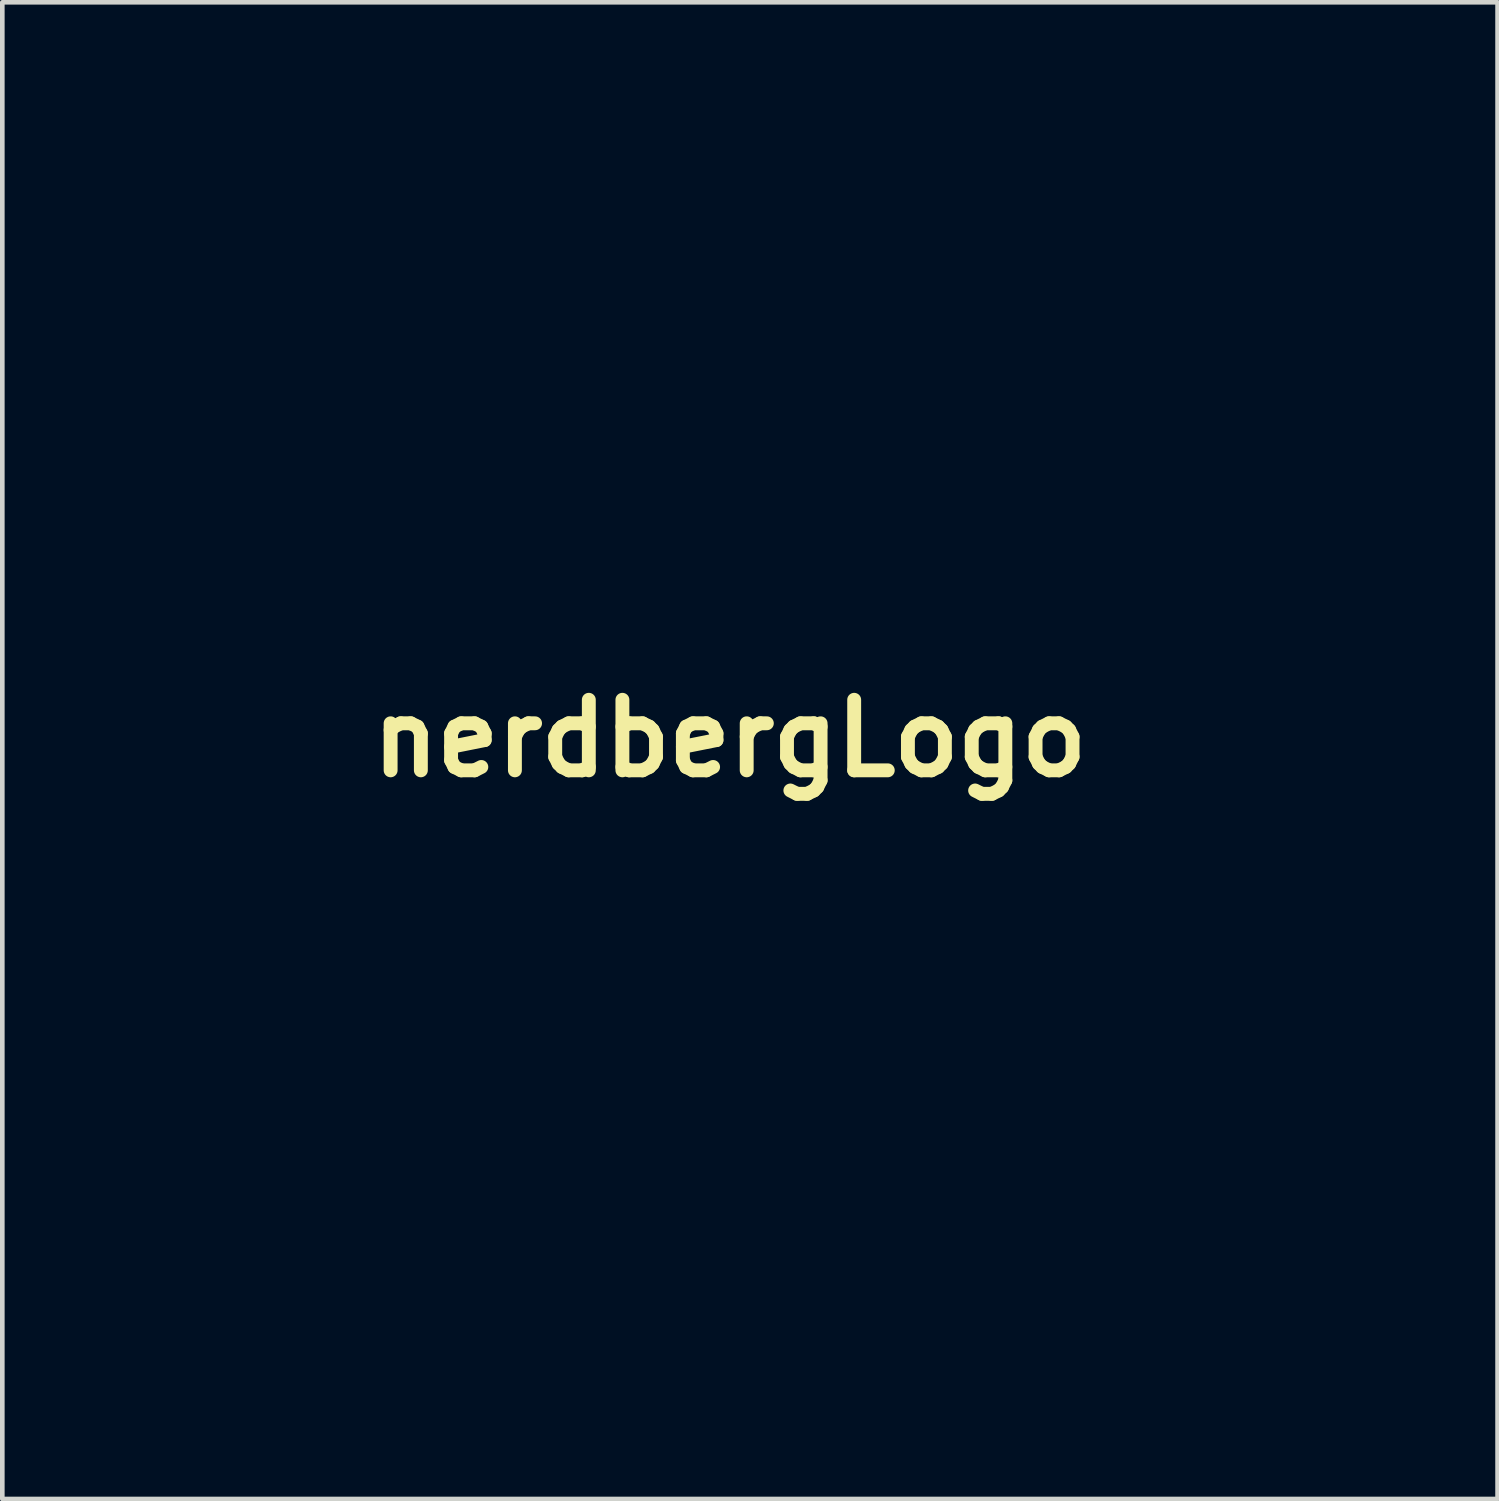
<source format=kicad_pcb>
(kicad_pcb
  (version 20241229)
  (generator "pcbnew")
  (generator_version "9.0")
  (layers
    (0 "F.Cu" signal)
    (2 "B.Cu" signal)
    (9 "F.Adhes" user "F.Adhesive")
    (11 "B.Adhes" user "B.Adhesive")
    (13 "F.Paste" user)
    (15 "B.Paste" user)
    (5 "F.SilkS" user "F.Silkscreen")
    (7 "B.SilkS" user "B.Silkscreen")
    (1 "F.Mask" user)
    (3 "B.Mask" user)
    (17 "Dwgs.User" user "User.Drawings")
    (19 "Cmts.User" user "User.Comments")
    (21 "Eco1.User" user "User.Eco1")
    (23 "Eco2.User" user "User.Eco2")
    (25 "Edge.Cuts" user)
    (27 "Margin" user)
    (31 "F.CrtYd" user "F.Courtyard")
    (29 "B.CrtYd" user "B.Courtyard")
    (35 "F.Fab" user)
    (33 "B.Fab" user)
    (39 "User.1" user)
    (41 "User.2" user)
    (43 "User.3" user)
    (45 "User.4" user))
  (footprint "nerdbergLogo"
    (layer "F.Cu")
    (at 12.719 12.903)
    (property "Reference" "nerdbergLogo" (at 0 0 0) (layer "F.SilkS") (effects (font (size 1.524 1.524) (thickness 0.3))))
    (attr through_hole)
    (fp_poly (pts (xy 1.557 -12.854) (xy 2.363 -12.76) (xy 2.438 -12.749) (xy 3.232 -12.602) (xy 4.013 -12.406) (xy 4.78 -12.162) (xy 5.53 -11.873) (xy 6.26 -11.539) (xy 6.969 -11.161) (xy 7.654 -10.741) (xy 8.312 -10.28) (xy 8.941 -9.779) (xy 9.538 -9.239) (xy 9.837 -8.943) (xy 10.397 -8.332) (xy 10.913 -7.696) (xy 11.386 -7.034) (xy 11.815 -6.348) (xy 12.199 -5.638) (xy 12.538 -4.905) (xy 12.832 -4.15) (xy 13.08 -3.374) (xy 13.281 -2.578) (xy 13.437 -1.763) (xy 13.53 -1.067) (xy 13.548 -0.868) (xy 13.561 -0.628) (xy 13.571 -0.358) (xy 13.577 -0.066) (xy 13.579 0.236) (xy 13.578 0.539) (xy 13.572 0.833) (xy 13.563 1.109) (xy 13.551 1.356) (xy 13.534 1.564) (xy 13.53 1.6) (xy 13.415 2.427) (xy 13.255 3.233) (xy 13.048 4.018) (xy 12.795 4.783) (xy 12.496 5.529) (xy 12.217 6.125) (xy 12.146 6.266) (xy 12.078 6.4) (xy 12.017 6.518) (xy 11.97 6.607) (xy 11.947 6.65) (xy 11.641 7.167) (xy 11.335 7.644) (xy 11.021 8.09) (xy 10.693 8.515) (xy 10.342 8.928) (xy 9.962 9.339) (xy 9.729 9.577) (xy 9.196 10.085) (xy 8.656 10.548) (xy 8.102 10.971) (xy 7.525 11.361) (xy 6.917 11.724) (xy 6.27 12.064) (xy 6.161 12.117) (xy 5.492 12.421) (xy 4.822 12.682) (xy 4.143 12.903) (xy 3.449 13.085) (xy 2.732 13.231) (xy 1.984 13.343) (xy 1.727 13.373) (xy 1.573 13.387) (xy 1.379 13.399) (xy 1.154 13.408) (xy 0.908 13.416) (xy 0.652 13.422) (xy 0.395 13.425) (xy 0.148 13.426) (xy -0.08 13.424) (xy -0.278 13.419) (xy -0.436 13.411) (xy -0.444 13.411) (xy -1.269 13.325) (xy -2.08 13.191) (xy -2.877 13.009) (xy -3.658 12.78) (xy -4.421 12.505) (xy -5.165 12.184) (xy -5.887 11.817) (xy -6.587 11.406) (xy -7.262 10.952) (xy -7.911 10.454) (xy -8.128 10.273) (xy -8.283 10.136) (xy -8.462 9.97) (xy -8.656 9.783) (xy -8.857 9.584) (xy -9.058 9.381) (xy -9.248 9.182) (xy -9.421 8.996) (xy -9.568 8.831) (xy -9.625 8.764) (xy -10.138 8.112) (xy -10.604 7.443) (xy -11.024 6.755) (xy -11.397 6.049) (xy -11.725 5.322) (xy -12.008 4.573) (xy -12.246 3.801) (xy -12.439 3.004) (xy -12.59 2.183) (xy -12.667 1.613) (xy -12.682 1.443) (xy -12.695 1.231) (xy -12.704 0.987) (xy -12.711 0.719) (xy -12.714 0.437) (xy -12.714 0.292) (xy -12.254 0.292) (xy -12.249 0.705) (xy -12.237 1.08) (xy -12.214 1.43) (xy -12.181 1.767) (xy -12.136 2.105) (xy -12.077 2.456) (xy -12.013 2.792) (xy -11.83 3.564) (xy -11.599 4.325) (xy -11.322 5.07) (xy -10.998 5.796) (xy -10.631 6.501) (xy -10.221 7.181) (xy -9.775 7.825) (xy -9.381 8.326) (xy -8.947 8.823) (xy -8.481 9.305) (xy -7.995 9.764) (xy -7.497 10.188) (xy -7.184 10.432) (xy -6.578 10.858) (xy -5.936 11.253) (xy -5.267 11.614) (xy -4.578 11.936) (xy -3.877 12.216) (xy -3.543 12.332) (xy -2.809 12.55) (xy -2.059 12.723) (xy -1.299 12.852) (xy -0.535 12.934) (xy 0.228 12.97) (xy 0.983 12.958) (xy 1.067 12.953) (xy 1.885 12.883) (xy 2.686 12.765) (xy 3.471 12.599) (xy 4.239 12.385) (xy 4.99 12.124) (xy 5.723 11.815) (xy 6.439 11.458) (xy 7.137 11.054) (xy 7.264 10.974) (xy 7.922 10.525) (xy 8.548 10.036) (xy 9.141 9.51) (xy 9.701 8.948) (xy 10.224 8.352) (xy 10.71 7.723) (xy 11.157 7.064) (xy 11.563 6.376) (xy 11.927 5.662) (xy 11.946 5.621) (xy 12.258 4.893) (xy 12.522 4.15) (xy 12.738 3.396) (xy 12.907 2.632) (xy 13.028 1.861) (xy 13.101 1.084) (xy 13.127 0.306) (xy 13.106 -0.472) (xy 13.037 -1.248) (xy 12.921 -2.019) (xy 12.757 -2.783) (xy 12.547 -3.536) (xy 12.289 -4.278) (xy 11.985 -5.005) (xy 11.633 -5.715) (xy 11.615 -5.748) (xy 11.308 -6.29) (xy 10.989 -6.798) (xy 10.65 -7.28) (xy 10.284 -7.745) (xy 9.885 -8.205) (xy 9.445 -8.667) (xy 9.374 -8.738) (xy 8.989 -9.11) (xy 8.614 -9.446) (xy 8.238 -9.755) (xy 7.849 -10.046) (xy 7.437 -10.329) (xy 7.264 -10.44) (xy 6.574 -10.851) (xy 5.864 -11.215) (xy 5.136 -11.532) (xy 4.393 -11.802) (xy 3.636 -12.025) (xy 2.867 -12.201) (xy 2.09 -12.328) (xy 1.305 -12.406) (xy 0.515 -12.435) (xy -0.278 -12.416) (xy -1.073 -12.346) (xy -1.866 -12.226) (xy -2.114 -12.178) (xy -2.867 -12) (xy -3.614 -11.772) (xy -4.35 -11.498) (xy -5.069 -11.178) (xy -5.769 -10.816) (xy -6.443 -10.412) (xy -6.624 -10.294) (xy -7.21 -9.877) (xy -7.783 -9.415) (xy -8.335 -8.917) (xy -8.859 -8.387) (xy -9.349 -7.833) (xy -9.768 -7.303) (xy -10.213 -6.662) (xy -10.619 -5.991) (xy -10.984 -5.294) (xy -11.306 -4.574) (xy -11.584 -3.835) (xy -11.816 -3.082) (xy -12.001 -2.316) (xy -12.137 -1.543) (xy -12.138 -1.537) (xy -12.172 -1.291) (xy -12.199 -1.069) (xy -12.219 -0.859) (xy -12.234 -0.65) (xy -12.245 -0.431) (xy -12.251 -0.191) (xy -12.253 0.081) (xy -12.254 0.292) (xy -12.714 0.292) (xy -12.714 0.149) (xy -12.712 -0.135) (xy -12.706 -0.406) (xy -12.697 -0.655) (xy -12.685 -0.873) (xy -12.67 -1.052) (xy -12.667 -1.079) (xy -12.546 -1.919) (xy -12.381 -2.732) (xy -12.173 -3.52) (xy -11.921 -4.284) (xy -11.624 -5.026) (xy -11.282 -5.746) (xy -10.894 -6.446) (xy -10.459 -7.127) (xy -9.978 -7.79) (xy -9.625 -8.231) (xy -9.493 -8.383) (xy -9.331 -8.561) (xy -9.147 -8.755) (xy -8.95 -8.957) (xy -8.748 -9.159) (xy -8.55 -9.353) (xy -8.363 -9.53) (xy -8.196 -9.681) (xy -8.128 -9.74) (xy -7.492 -10.249) (xy -6.829 -10.716) (xy -6.143 -11.139) (xy -5.435 -11.519) (xy -4.708 -11.854) (xy -3.963 -12.143) (xy -3.203 -12.387) (xy -2.43 -12.585) (xy -1.646 -12.735) (xy -0.853 -12.838) (xy -0.054 -12.892) (xy 0.75 -12.898) (xy 1.557 -12.854)) (stroke (width 0.01) (type solid)) (fill yes) (layer "F.Mask"))
    (fp_poly (pts (xy 5.543 -11.191) (xy 5.604 -11.176) (xy 5.64 -11.152) (xy 5.66 -11.107) (xy 5.672 -11.029) (xy 5.677 -10.985) (xy 5.689 -10.872) (xy 5.707 -10.744) (xy 5.718 -10.668) (xy 5.728 -10.597) (xy 5.732 -10.528) (xy 5.728 -10.451) (xy 5.717 -10.353) (xy 5.698 -10.224) (xy 5.678 -10.109) (xy 5.639 -9.886) (xy 5.605 -9.708) (xy 5.576 -9.569) (xy 5.55 -9.465) (xy 5.525 -9.389) (xy 5.501 -9.337) (xy 5.486 -9.314) (xy 5.466 -9.273) (xy 5.441 -9.196) (xy 5.412 -9.079) (xy 5.377 -8.92) (xy 5.336 -8.715) (xy 5.311 -8.581) (xy 5.276 -8.396) (xy 5.245 -8.223) (xy 5.218 -8.068) (xy 5.196 -7.94) (xy 5.182 -7.847) (xy 5.176 -7.798) (xy 5.169 -7.687) (xy 5.448 -7.579) (xy 5.448 -7.466) (xy 5.444 -7.397) (xy 5.433 -7.291) (xy 5.417 -7.165) (xy 5.399 -7.035) (xy 5.382 -6.908) (xy 5.37 -6.793) (xy 5.365 -6.703) (xy 5.368 -6.651) (xy 5.368 -6.65) (xy 5.402 -6.59) (xy 5.469 -6.526) (xy 5.493 -6.509) (xy 5.558 -6.459) (xy 5.59 -6.417) (xy 5.598 -6.365) (xy 5.598 -6.347) (xy 5.581 -6.268) (xy 5.536 -6.162) (xy 5.489 -6.075) (xy 5.382 -5.892) (xy 5.156 -4.552) (xy 5.09 -4.162) (xy 5.024 -3.778) (xy 4.959 -3.404) (xy 4.896 -3.044) (xy 4.835 -2.7) (xy 4.777 -2.375) (xy 4.722 -2.074) (xy 4.671 -1.8) (xy 4.625 -1.555) (xy 4.584 -1.343) (xy 4.549 -1.168) (xy 4.521 -1.032) (xy 4.499 -0.94) (xy 4.485 -0.893) (xy 4.484 -0.89) (xy 4.452 -0.872) (xy 4.392 -0.855) (xy 4.382 -0.853) (xy 4.323 -0.84) (xy 4.294 -0.829) (xy 4.293 -0.828) (xy 4.289 -0.801) (xy 4.277 -0.729) (xy 4.258 -0.614) (xy 4.233 -0.461) (xy 4.202 -0.272) (xy 4.166 -0.053) (xy 4.125 0.193) (xy 4.081 0.462) (xy 4.033 0.751) (xy 3.983 1.055) (xy 3.931 1.371) (xy 3.877 1.695) (xy 3.823 2.022) (xy 3.769 2.35) (xy 3.715 2.674) (xy 3.663 2.991) (xy 3.612 3.296) (xy 3.564 3.586) (xy 3.519 3.857) (xy 3.478 4.105) (xy 3.468 4.166) (xy 3.405 4.54) (xy 3.35 4.868) (xy 3.301 5.157) (xy 3.257 5.41) (xy 3.218 5.634) (xy 3.182 5.832) (xy 3.149 6.01) (xy 3.117 6.173) (xy 3.086 6.325) (xy 3.055 6.473) (xy 3.022 6.62) (xy 2.988 6.773) (xy 2.959 6.896) (xy 2.842 7.402) (xy 2.734 7.889) (xy 2.636 8.352) (xy 2.548 8.786) (xy 2.471 9.187) (xy 2.407 9.548) (xy 2.356 9.866) (xy 2.353 9.886) (xy 2.33 10.031) (xy 2.306 10.164) (xy 2.283 10.274) (xy 2.263 10.35) (xy 2.253 10.376) (xy 2.223 10.435) (xy 2.181 10.524) (xy 2.135 10.625) (xy 2.124 10.649) (xy 2.037 10.825) (xy 1.946 10.971) (xy 1.838 11.105) (xy 1.749 11.199) (xy 1.557 11.366) (xy 1.339 11.509) (xy 1.112 11.617) (xy 1.044 11.642) (xy 0.955 11.67) (xy 0.872 11.689) (xy 0.783 11.703) (xy 0.677 11.713) (xy 0.539 11.719) (xy 0.437 11.723) (xy 0.245 11.726) (xy 0.095 11.724) (xy -0.022 11.715) (xy -0.114 11.699) (xy -0.114 11.699) (xy -0.358 11.629) (xy -0.583 11.538) (xy -0.783 11.431) (xy -0.951 11.31) (xy -1.081 11.181) (xy -1.167 11.046) (xy -1.168 11.042) (xy -1.243 10.846) (xy -1.307 10.617) (xy -1.361 10.352) (xy -1.405 10.049) (xy -1.44 9.704) (xy -1.466 9.314) (xy -1.477 9.097) (xy -1.484 8.902) (xy -1.488 8.706) (xy -1.491 8.506) (xy -1.491 8.297) (xy -1.488 8.074) (xy -1.482 7.834) (xy -1.473 7.572) (xy -1.462 7.283) (xy -1.447 6.962) (xy -1.428 6.606) (xy -1.406 6.209) (xy -1.381 5.768) (xy -1.372 5.613) (xy -1.341 5.086) (xy -1.316 4.607) (xy -1.295 4.173) (xy -1.279 3.782) (xy -1.268 3.432) (xy -1.263 3.119) (xy -1.263 2.841) (xy -1.268 2.596) (xy -1.279 2.381) (xy -1.295 2.194) (xy -1.317 2.031) (xy -1.345 1.891) (xy -1.379 1.77) (xy -1.419 1.667) (xy -1.466 1.578) (xy -1.518 1.502) (xy -1.546 1.468) (xy -1.705 1.324) (xy -1.893 1.217) (xy -2.102 1.149) (xy -2.323 1.122) (xy -2.547 1.139) (xy -2.63 1.157) (xy -2.817 1.214) (xy -2.973 1.284) (xy -3.102 1.373) (xy -3.21 1.486) (xy -3.303 1.629) (xy -3.386 1.81) (xy -3.465 2.033) (xy -3.488 2.108) (xy -3.512 2.19) (xy -3.535 2.271) (xy -3.556 2.354) (xy -3.577 2.442) (xy -3.597 2.538) (xy -3.617 2.645) (xy -3.637 2.766) (xy -3.658 2.903) (xy -3.679 3.059) (xy -3.703 3.238) (xy -3.728 3.442) (xy -3.755 3.674) (xy -3.784 3.937) (xy -3.817 4.233) (xy -3.853 4.567) (xy -3.892 4.94) (xy -3.936 5.355) (xy -3.983 5.816) (xy -4.026 6.223) (xy -4.088 6.829) (xy -4.146 7.386) (xy -4.199 7.896) (xy -4.248 8.36) (xy -4.292 8.78) (xy -4.332 9.159) (xy -4.367 9.496) (xy -4.4 9.795) (xy -4.428 10.057) (xy -4.453 10.284) (xy -4.474 10.476) (xy -4.493 10.637) (xy -4.509 10.767) (xy -4.518 10.846) (xy -4.566 11.214) (xy -4.569 10.97) (xy -4.568 10.803) (xy -4.563 10.593) (xy -4.554 10.343) (xy -4.541 10.056) (xy -4.524 9.738) (xy -4.503 9.391) (xy -4.48 9.02) (xy -4.454 8.628) (xy -4.426 8.22) (xy -4.395 7.798) (xy -4.363 7.368) (xy -4.329 6.932) (xy -4.294 6.495) (xy -4.258 6.061) (xy -4.222 5.633) (xy -4.185 5.215) (xy -4.149 4.811) (xy -4.113 4.425) (xy -4.078 4.061) (xy -4.043 3.722) (xy -4.01 3.413) (xy -3.979 3.138) (xy -3.949 2.899) (xy -3.922 2.702) (xy -3.897 2.549) (xy -3.886 2.489) (xy -3.796 2.124) (xy -3.688 1.802) (xy -3.564 1.524) (xy -3.424 1.291) (xy -3.268 1.104) (xy -3.098 0.964) (xy -3.07 0.947) (xy -2.896 0.862) (xy -2.709 0.811) (xy -2.499 0.792) (xy -2.349 0.795) (xy -2.05 0.831) (xy -1.786 0.902) (xy -1.557 1.009) (xy -1.366 1.15) (xy -1.21 1.326) (xy -1.092 1.537) (xy -1.012 1.782) (xy -1.002 1.825) (xy -0.973 2.009) (xy -0.951 2.234) (xy -0.938 2.503) (xy -0.933 2.816) (xy -0.937 3.175) (xy -0.949 3.58) (xy -0.969 4.032) (xy -0.998 4.534) (xy -1.014 4.788) (xy -1.054 5.407) (xy -1.087 5.982) (xy -1.114 6.52) (xy -1.135 7.026) (xy -1.151 7.509) (xy -1.162 7.974) (xy -1.167 8.427) (xy -1.168 8.718) (xy -1.168 8.978) (xy -1.166 9.195) (xy -1.163 9.376) (xy -1.159 9.53) (xy -1.152 9.663) (xy -1.143 9.783) (xy -1.132 9.899) (xy -1.118 10.013) (xy -1.084 10.251) (xy -1.047 10.447) (xy -1.003 10.61) (xy -0.95 10.747) (xy -0.883 10.868) (xy -0.799 10.981) (xy -0.695 11.095) (xy -0.676 11.115) (xy -0.571 11.212) (xy -0.469 11.285) (xy -0.359 11.34) (xy -0.231 11.379) (xy -0.075 11.407) (xy 0.121 11.428) (xy 0.144 11.429) (xy 0.437 11.441) (xy 0.691 11.424) (xy 0.91 11.379) (xy 0.955 11.365) (xy 1.171 11.276) (xy 1.384 11.162) (xy 1.58 11.029) (xy 1.746 10.888) (xy 1.816 10.814) (xy 1.9 10.709) (xy 1.975 10.604) (xy 2.035 10.508) (xy 2.073 10.433) (xy 2.083 10.393) (xy 2.075 10.357) (xy 2.044 10.331) (xy 1.982 10.313) (xy 1.88 10.299) (xy 1.85 10.295) (xy 1.766 10.288) (xy 1.721 10.292) (xy 1.704 10.307) (xy 1.702 10.323) (xy 1.691 10.364) (xy 1.663 10.438) (xy 1.622 10.529) (xy 1.607 10.561) (xy 1.476 10.777) (xy 1.313 10.953) (xy 1.12 11.09) (xy 0.898 11.185) (xy 0.647 11.239) (xy 0.433 11.252) (xy 0.174 11.232) (xy -0.067 11.175) (xy -0.285 11.083) (xy -0.473 10.96) (xy -0.627 10.809) (xy -0.72 10.671) (xy -0.766 10.579) (xy -0.805 10.479) (xy -0.839 10.368) (xy -0.867 10.242) (xy -0.891 10.096) (xy -0.91 9.926) (xy -0.924 9.729) (xy -0.936 9.5) (xy -0.943 9.235) (xy -0.948 8.931) (xy -0.95 8.584) (xy -0.95 8.268) (xy -0.95 8.051) (xy -0.949 7.858) (xy -0.949 7.683) (xy -0.947 7.523) (xy -0.945 7.372) (xy -0.942 7.225) (xy -0.938 7.079) (xy -0.933 6.928) (xy -0.926 6.768) (xy -0.918 6.594) (xy -0.907 6.401) (xy -0.895 6.186) (xy -0.88 5.942) (xy -0.863 5.667) (xy -0.843 5.354) (xy -0.82 4.999) (xy -0.795 4.623) (xy -0.782 4.374) (xy -0.77 4.086) (xy -0.761 3.771) (xy -0.755 3.441) (xy -0.752 3.109) (xy -0.751 3.035) (xy -0.751 2.789) (xy -0.751 2.587) (xy -0.752 2.423) (xy -0.755 2.292) (xy -0.758 2.186) (xy -0.764 2.1) (xy -0.772 2.027) (xy -0.782 1.961) (xy -0.794 1.896) (xy -0.806 1.842) (xy -0.878 1.583) (xy -0.976 1.365) (xy -1.103 1.179) (xy -1.266 1.019) (xy -1.47 0.878) (xy -1.635 0.789) (xy -1.806 0.709) (xy -1.951 0.656) (xy -2.088 0.625) (xy -2.232 0.613) (xy -2.4 0.617) (xy -2.426 0.618) (xy -2.715 0.653) (xy -2.969 0.722) (xy -3.19 0.828) (xy -3.385 0.973) (xy -3.556 1.16) (xy -3.708 1.391) (xy -3.725 1.423) (xy -3.761 1.487) (xy -3.793 1.548) (xy -3.822 1.606) (xy -3.849 1.665) (xy -3.874 1.728) (xy -3.897 1.797) (xy -3.92 1.875) (xy -3.941 1.966) (xy -3.963 2.071) (xy -3.985 2.194) (xy -4.008 2.337) (xy -4.032 2.502) (xy -4.057 2.694) (xy -4.085 2.914) (xy -4.115 3.166) (xy -4.148 3.451) (xy -4.184 3.774) (xy -4.224 4.136) (xy -4.269 4.54) (xy -4.318 4.989) (xy -4.369 5.461) (xy -4.411 5.837) (xy -4.453 6.218) (xy -4.495 6.598) (xy -4.538 6.974) (xy -4.58 7.341) (xy -4.62 7.694) (xy -4.66 8.03) (xy -4.696 8.344) (xy -4.731 8.631) (xy -4.762 8.887) (xy -4.789 9.107) (xy -4.812 9.287) (xy -4.83 9.423) (xy -4.836 9.461) (xy -4.869 9.69) (xy -4.859 9.36) (xy -4.853 9.235) (xy -4.843 9.063) (xy -4.828 8.85) (xy -4.81 8.599) (xy -4.788 8.314) (xy -4.762 8) (xy -4.735 7.662) (xy -4.704 7.302) (xy -4.672 6.926) (xy -4.638 6.538) (xy -4.603 6.142) (xy -4.568 5.742) (xy -4.531 5.343) (xy -4.495 4.949) (xy -4.459 4.564) (xy -4.423 4.193) (xy -4.389 3.839) (xy -4.356 3.507) (xy -4.324 3.202) (xy -4.295 2.927) (xy -4.269 2.686) (xy -4.253 2.549) (xy -4.22 2.287) (xy -4.186 2.067) (xy -4.15 1.883) (xy -4.11 1.727) (xy -4.062 1.59) (xy -4.006 1.465) (xy -3.938 1.345) (xy -3.884 1.262) (xy -3.687 1.009) (xy -3.464 0.798) (xy -3.218 0.631) (xy -2.95 0.51) (xy -2.664 0.435) (xy -2.361 0.407) (xy -2.337 0.407) (xy -2.032 0.431) (xy -1.744 0.503) (xy -1.475 0.62) (xy -1.229 0.781) (xy -1.009 0.984) (xy -0.818 1.228) (xy -0.81 1.239) (xy -0.743 1.347) (xy -0.687 1.452) (xy -0.641 1.559) (xy -0.605 1.674) (xy -0.577 1.803) (xy -0.557 1.952) (xy -0.545 2.125) (xy -0.538 2.329) (xy -0.536 2.569) (xy -0.539 2.852) (xy -0.542 3.023) (xy -0.557 3.554) (xy -0.579 4.115) (xy -0.608 4.711) (xy -0.646 5.347) (xy -0.673 5.74) (xy -0.702 6.204) (xy -0.725 6.666) (xy -0.742 7.121) (xy -0.754 7.567) (xy -0.76 7.999) (xy -0.76 8.414) (xy -0.755 8.806) (xy -0.744 9.173) (xy -0.728 9.51) (xy -0.706 9.814) (xy -0.679 10.081) (xy -0.647 10.305) (xy -0.61 10.485) (xy -0.597 10.533) (xy -0.534 10.662) (xy -0.422 10.786) (xy -0.261 10.905) (xy -0.081 11.005) (xy 0.136 11.113) (xy 0.775 11.113) (xy 0.964 11.011) (xy 1.133 10.904) (xy 1.288 10.775) (xy 1.418 10.635) (xy 1.508 10.496) (xy 1.549 10.4) (xy 1.577 10.289) (xy 1.597 10.146) (xy 1.6 10.115) (xy 1.604 10.078) (xy 1.92 10.078) (xy 1.927 10.13) (xy 1.945 10.164) (xy 1.975 10.186) (xy 2.016 10.201) (xy 2.042 10.209) (xy 2.12 10.227) (xy 2.181 10.234) (xy 2.209 10.228) (xy 2.21 10.226) (xy 2.214 10.187) (xy 2.226 10.107) (xy 2.244 9.992) (xy 2.266 9.852) (xy 2.292 9.694) (xy 2.321 9.526) (xy 2.35 9.356) (xy 2.378 9.193) (xy 2.405 9.044) (xy 2.428 8.918) (xy 2.428 8.915) (xy 2.466 8.719) (xy 2.511 8.498) (xy 2.561 8.258) (xy 2.614 8.006) (xy 2.67 7.748) (xy 2.726 7.492) (xy 2.782 7.242) (xy 2.836 7.006) (xy 2.886 6.791) (xy 2.931 6.603) (xy 2.97 6.448) (xy 3 6.333) (xy 3.013 6.291) (xy 3.015 6.265) (xy 2.995 6.253) (xy 2.94 6.251) (xy 2.895 6.253) (xy 2.763 6.261) (xy 2.653 6.611) (xy 2.549 6.959) (xy 2.448 7.338) (xy 2.348 7.751) (xy 2.249 8.201) (xy 2.15 8.693) (xy 2.05 9.23) (xy 1.993 9.556) (xy 1.96 9.746) (xy 1.937 9.892) (xy 1.923 10) (xy 1.92 10.078) (xy 1.604 10.078) (xy 1.609 10.029) (xy 1.623 9.9) (xy 1.641 9.738) (xy 1.663 9.55) (xy 1.687 9.345) (xy 1.712 9.131) (xy 1.726 9.017) (xy 1.755 8.769) (xy 1.787 8.485) (xy 1.82 8.182) (xy 1.853 7.874) (xy 1.885 7.577) (xy 1.912 7.307) (xy 1.918 7.252) (xy 1.942 7.017) (xy 1.967 6.778) (xy 1.993 6.543) (xy 2.018 6.323) (xy 2.041 6.128) (xy 2.051 6.051) (xy 2.716 6.051) (xy 2.728 6.103) (xy 2.757 6.131) (xy 2.804 6.144) (xy 2.873 6.147) (xy 2.901 6.147) (xy 2.979 6.143) (xy 3.023 6.127) (xy 3.047 6.093) (xy 3.049 6.09) (xy 3.056 6.056) (xy 3.072 5.976) (xy 3.094 5.853) (xy 3.122 5.69) (xy 3.157 5.491) (xy 3.196 5.259) (xy 3.241 4.997) (xy 3.289 4.71) (xy 3.341 4.4) (xy 3.395 4.071) (xy 3.452 3.727) (xy 3.511 3.37) (xy 3.571 3.005) (xy 3.632 2.635) (xy 3.693 2.263) (xy 3.753 1.893) (xy 3.812 1.528) (xy 3.87 1.172) (xy 3.925 0.828) (xy 3.978 0.5) (xy 4.027 0.191) (xy 4.072 -0.096) (xy 4.113 -0.356) (xy 4.136 -0.508) (xy 4.157 -0.648) (xy 4.167 -0.745) (xy 4.167 -0.808) (xy 4.153 -0.843) (xy 4.126 -0.859) (xy 4.085 -0.863) (xy 4.082 -0.863) (xy 4.056 -0.856) (xy 4.032 -0.832) (xy 4.006 -0.784) (xy 3.978 -0.71) (xy 3.946 -0.602) (xy 3.908 -0.458) (xy 3.862 -0.271) (xy 3.835 -0.153) (xy 3.776 0.103) (xy 3.712 0.405) (xy 3.641 0.746) (xy 3.566 1.123) (xy 3.487 1.529) (xy 3.405 1.96) (xy 3.321 2.411) (xy 3.236 2.876) (xy 3.151 3.35) (xy 3.067 3.829) (xy 2.985 4.307) (xy 2.905 4.779) (xy 2.829 5.24) (xy 2.758 5.685) (xy 2.757 5.69) (xy 2.733 5.851) (xy 2.718 5.969) (xy 2.716 6.051) (xy 2.051 6.051) (xy 2.062 5.968) (xy 2.072 5.893) (xy 2.083 5.821) (xy 2.102 5.704) (xy 2.128 5.544) (xy 2.16 5.345) (xy 2.198 5.112) (xy 2.241 4.848) (xy 2.289 4.557) (xy 2.341 4.242) (xy 2.396 3.909) (xy 2.454 3.56) (xy 2.514 3.199) (xy 2.575 2.831) (xy 2.637 2.458) (xy 2.699 2.086) (xy 2.761 1.717) (xy 2.821 1.356) (xy 2.88 1.007) (xy 2.936 0.673) (xy 2.989 0.358) (xy 3.038 0.066) (xy 3.083 -0.199) (xy 3.123 -0.433) (xy 3.157 -0.633) (xy 3.159 -0.648) (xy 3.18 -0.777) (xy 3.197 -0.888) (xy 3.207 -0.971) (xy 3.209 -1.018) (xy 3.208 -1.024) (xy 3.177 -1.048) (xy 3.134 -1.068) (xy 3.088 -1.101) (xy 3.078 -1.126) (xy 3.404 -1.126) (xy 3.413 -1.104) (xy 3.426 -1.094) (xy 3.466 -1.082) (xy 3.545 -1.064) (xy 3.653 -1.044) (xy 3.779 -1.022) (xy 3.81 -1.017) (xy 3.939 -0.996) (xy 4.051 -0.978) (xy 4.137 -0.964) (xy 4.186 -0.955) (xy 4.191 -0.954) (xy 4.241 -0.948) (xy 4.313 -0.943) (xy 4.321 -0.943) (xy 4.412 -0.94) (xy 4.532 -1.554) (xy 4.563 -1.716) (xy 4.599 -1.91) (xy 4.639 -2.132) (xy 4.684 -2.378) (xy 4.732 -2.644) (xy 4.781 -2.924) (xy 4.833 -3.214) (xy 4.885 -3.51) (xy 4.937 -3.808) (xy 4.988 -4.103) (xy 5.037 -4.39) (xy 5.084 -4.665) (xy 5.128 -4.923) (xy 5.168 -5.161) (xy 5.203 -5.373) (xy 5.233 -5.556) (xy 5.257 -5.704) (xy 5.273 -5.813) (xy 5.282 -5.88) (xy 5.283 -5.896) (xy 5.26 -5.914) (xy 5.198 -5.941) (xy 5.105 -5.973) (xy 4.994 -6.008) (xy 4.873 -6.043) (xy 4.752 -6.074) (xy 4.643 -6.1) (xy 4.553 -6.116) (xy 4.502 -6.121) (xy 4.457 -6.108) (xy 4.445 -6.065) (xy 4.44 -6.012) (xy 4.424 -5.914) (xy 4.399 -5.774) (xy 4.366 -5.598) (xy 4.325 -5.39) (xy 4.278 -5.154) (xy 4.225 -4.895) (xy 4.167 -4.616) (xy 4.105 -4.322) (xy 4.041 -4.018) (xy 3.975 -3.707) (xy 3.907 -3.394) (xy 3.84 -3.084) (xy 3.773 -2.78) (xy 3.708 -2.488) (xy 3.645 -2.211) (xy 3.586 -1.953) (xy 3.532 -1.72) (xy 3.483 -1.515) (xy 3.471 -1.466) (xy 3.437 -1.327) (xy 3.416 -1.229) (xy 3.405 -1.165) (xy 3.404 -1.126) (xy 3.078 -1.126) (xy 3.073 -1.137) (xy 3.078 -1.207) (xy 3.091 -1.327) (xy 3.112 -1.495) (xy 3.141 -1.712) (xy 3.179 -1.975) (xy 3.225 -2.286) (xy 3.279 -2.642) (xy 3.341 -3.044) (xy 3.411 -3.49) (xy 3.488 -3.981) (xy 3.573 -4.514) (xy 3.581 -4.559) (xy 3.633 -4.887) (xy 3.678 -5.169) (xy 3.716 -5.408) (xy 3.747 -5.61) (xy 3.773 -5.778) (xy 3.792 -5.915) (xy 3.807 -6.027) (xy 3.817 -6.118) (xy 3.822 -6.165) (xy 4.824 -6.165) (xy 4.833 -6.159) (xy 4.981 -6.106) (xy 5.113 -6.065) (xy 5.222 -6.035) (xy 5.3 -6.021) (xy 5.335 -6.022) (xy 5.369 -6.054) (xy 5.413 -6.116) (xy 5.443 -6.168) (xy 5.49 -6.263) (xy 5.508 -6.328) (xy 5.496 -6.373) (xy 5.455 -6.411) (xy 5.451 -6.414) (xy 5.39 -6.443) (xy 5.298 -6.477) (xy 5.191 -6.51) (xy 5.088 -6.537) (xy 5.007 -6.552) (xy 4.985 -6.553) (xy 4.947 -6.546) (xy 4.931 -6.516) (xy 4.928 -6.455) (xy 4.904 -6.339) (xy 4.864 -6.264) (xy 4.827 -6.199) (xy 4.824 -6.165) (xy 3.822 -6.165) (xy 3.824 -6.19) (xy 3.826 -6.249) (xy 3.826 -6.299) (xy 3.824 -6.343) (xy 3.819 -6.385) (xy 3.814 -6.42) (xy 3.801 -6.559) (xy 3.806 -6.657) (xy 3.832 -6.721) (xy 3.88 -6.758) (xy 3.901 -6.766) (xy 3.973 -6.788) (xy 4.023 -6.807) (xy 4.216 -6.807) (xy 4.239 -6.792) (xy 4.297 -6.783) (xy 4.334 -6.782) (xy 4.403 -6.776) (xy 4.508 -6.762) (xy 4.638 -6.741) (xy 4.778 -6.715) (xy 4.915 -6.687) (xy 5.038 -6.66) (xy 5.132 -6.635) (xy 5.144 -6.632) (xy 5.216 -6.611) (xy 5.248 -6.609) (xy 5.245 -6.626) (xy 5.235 -6.639) (xy 5.191 -6.668) (xy 5.111 -6.698) (xy 5.004 -6.729) (xy 4.878 -6.758) (xy 4.742 -6.784) (xy 4.606 -6.806) (xy 4.477 -6.822) (xy 4.365 -6.831) (xy 4.279 -6.831) (xy 4.228 -6.821) (xy 4.216 -6.807) (xy 4.023 -6.807) (xy 4.028 -6.809) (xy 4.07 -6.837) (xy 4.101 -6.878) (xy 4.126 -6.941) (xy 4.134 -6.972) (xy 4.248 -6.972) (xy 4.248 -6.945) (xy 4.248 -6.945) (xy 4.28 -6.935) (xy 4.349 -6.923) (xy 4.444 -6.911) (xy 4.55 -6.899) (xy 4.654 -6.891) (xy 4.745 -6.887) (xy 4.749 -6.887) (xy 4.913 -6.883) (xy 5.068 -7.043) (xy 5.179 -7.17) (xy 5.249 -7.283) (xy 5.266 -7.327) (xy 5.298 -7.427) (xy 5.306 -7.492) (xy 5.287 -7.533) (xy 5.237 -7.561) (xy 5.175 -7.58) (xy 5.054 -7.61) (xy 4.92 -7.637) (xy 4.781 -7.66) (xy 4.647 -7.677) (xy 4.529 -7.688) (xy 4.435 -7.691) (xy 4.375 -7.685) (xy 4.359 -7.676) (xy 4.35 -7.644) (xy 4.336 -7.573) (xy 4.319 -7.476) (xy 4.301 -7.363) (xy 4.283 -7.245) (xy 4.267 -7.133) (xy 4.255 -7.039) (xy 4.248 -6.972) (xy 4.134 -6.972) (xy 4.148 -7.03) (xy 4.172 -7.155) (xy 4.2 -7.322) (xy 4.205 -7.348) (xy 4.228 -7.482) (xy 4.251 -7.598) (xy 4.269 -7.688) (xy 4.283 -7.741) (xy 4.288 -7.751) (xy 4.32 -7.76) (xy 4.389 -7.769) (xy 4.482 -7.776) (xy 4.5 -7.777) (xy 4.595 -7.783) (xy 4.669 -7.791) (xy 4.707 -7.799) (xy 4.71 -7.8) (xy 4.722 -7.833) (xy 4.739 -7.908) (xy 4.747 -7.949) (xy 5.045 -7.949) (xy 5.045 -7.862) (xy 5.05 -7.825) (xy 5.061 -7.831) (xy 5.078 -7.887) (xy 5.103 -7.992) (xy 5.134 -8.144) (xy 5.171 -8.343) (xy 5.214 -8.587) (xy 5.244 -8.763) (xy 5.268 -8.903) (xy 5.288 -9.034) (xy 5.304 -9.143) (xy 5.313 -9.218) (xy 5.314 -9.233) (xy 5.315 -9.299) (xy 5.301 -9.33) (xy 5.264 -9.341) (xy 5.256 -9.342) (xy 5.191 -9.35) (xy 5.133 -8.886) (xy 5.105 -8.648) (xy 5.082 -8.431) (xy 5.063 -8.238) (xy 5.051 -8.076) (xy 5.045 -7.949) (xy 4.747 -7.949) (xy 4.761 -8.018) (xy 4.787 -8.157) (xy 4.814 -8.316) (xy 4.843 -8.488) (xy 4.871 -8.665) (xy 4.898 -8.84) (xy 4.922 -9.006) (xy 4.942 -9.155) (xy 4.957 -9.279) (xy 4.966 -9.372) (xy 4.967 -9.396) (xy 4.976 -9.523) (xy 5.059 -9.523) (xy 5.065 -9.493) (xy 5.079 -9.478) (xy 5.099 -9.473) (xy 5.112 -9.472) (xy 5.171 -9.464) (xy 5.252 -9.446) (xy 5.283 -9.437) (xy 5.355 -9.417) (xy 5.406 -9.404) (xy 5.417 -9.401) (xy 5.439 -9.42) (xy 5.462 -9.465) (xy 5.475 -9.513) (xy 5.494 -9.6) (xy 5.517 -9.717) (xy 5.542 -9.853) (xy 5.567 -9.998) (xy 5.591 -10.141) (xy 5.612 -10.271) (xy 5.628 -10.379) (xy 5.637 -10.454) (xy 5.639 -10.477) (xy 5.623 -10.533) (xy 5.57 -10.573) (xy 5.477 -10.599) (xy 5.386 -10.61) (xy 5.242 -10.623) (xy 5.148 -10.105) (xy 5.114 -9.912) (xy 5.088 -9.763) (xy 5.07 -9.652) (xy 5.061 -9.574) (xy 5.059 -9.523) (xy 4.976 -9.523) (xy 4.978 -9.54) (xy 4.998 -9.719) (xy 5.026 -9.918) (xy 5.059 -10.123) (xy 5.095 -10.318) (xy 5.132 -10.491) (xy 5.147 -10.551) (xy 5.178 -10.648) (xy 5.208 -10.714) (xy 5.35 -10.714) (xy 5.381 -10.701) (xy 5.444 -10.694) (xy 5.476 -10.693) (xy 5.59 -10.693) (xy 5.583 -10.884) (xy 5.576 -10.976) (xy 5.565 -11.044) (xy 5.552 -11.077) (xy 5.55 -11.078) (xy 5.527 -11.059) (xy 5.49 -11.006) (xy 5.447 -10.934) (xy 5.404 -10.856) (xy 5.37 -10.784) (xy 5.35 -10.731) (xy 5.35 -10.714) (xy 5.208 -10.714) (xy 5.218 -10.737) (xy 5.245 -10.78) (xy 5.286 -10.843) (xy 5.336 -10.934) (xy 5.383 -11.033) (xy 5.383 -11.033) (xy 5.424 -11.122) (xy 5.453 -11.172) (xy 5.48 -11.195) (xy 5.513 -11.197) (xy 5.543 -11.191)) (stroke (width 0.01) (type solid)) (fill yes) (layer "F.Mask")))
  (gr_rect
    (start -3 -3)
    (end 29.304 29.334)
    (stroke (width 0.1) (type default))
    (fill no)
    (layer "Edge.Cuts")))
</source>
